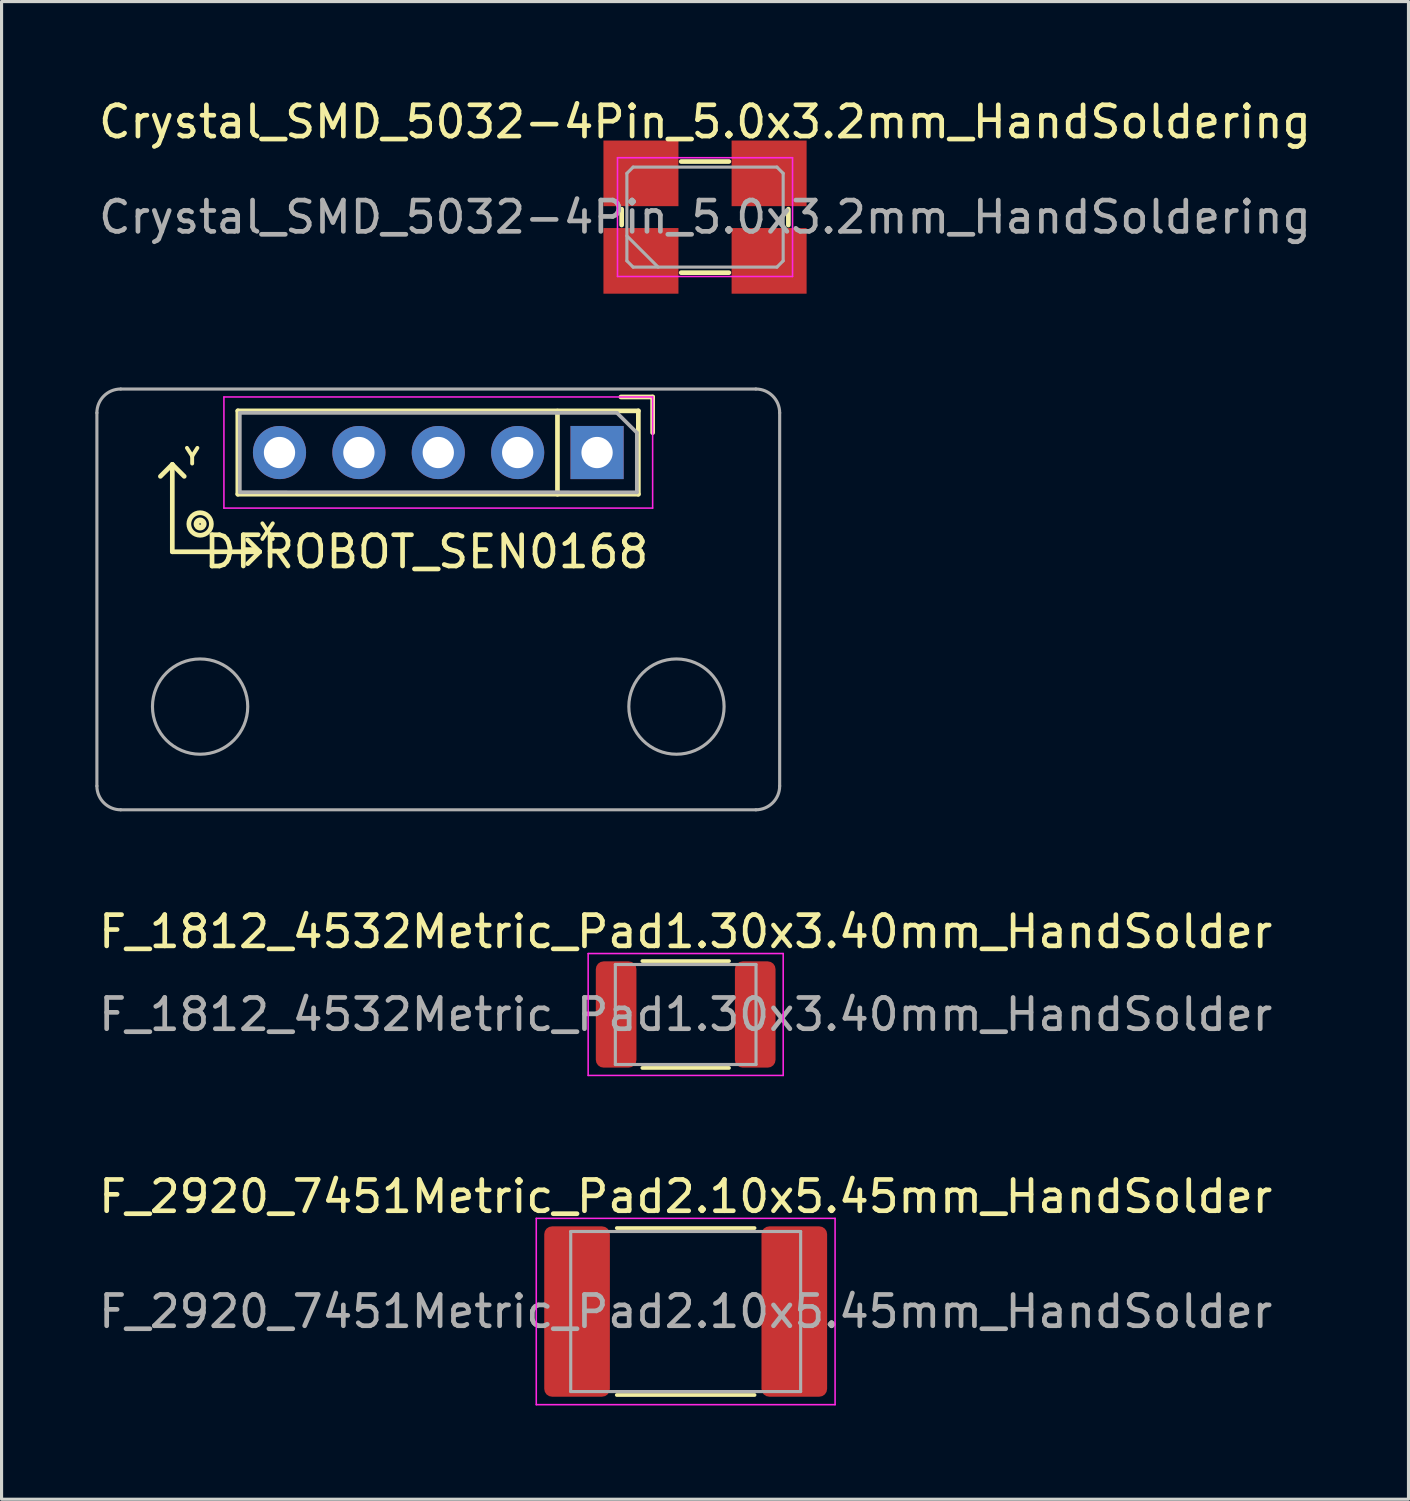
<source format=kicad_pcb>
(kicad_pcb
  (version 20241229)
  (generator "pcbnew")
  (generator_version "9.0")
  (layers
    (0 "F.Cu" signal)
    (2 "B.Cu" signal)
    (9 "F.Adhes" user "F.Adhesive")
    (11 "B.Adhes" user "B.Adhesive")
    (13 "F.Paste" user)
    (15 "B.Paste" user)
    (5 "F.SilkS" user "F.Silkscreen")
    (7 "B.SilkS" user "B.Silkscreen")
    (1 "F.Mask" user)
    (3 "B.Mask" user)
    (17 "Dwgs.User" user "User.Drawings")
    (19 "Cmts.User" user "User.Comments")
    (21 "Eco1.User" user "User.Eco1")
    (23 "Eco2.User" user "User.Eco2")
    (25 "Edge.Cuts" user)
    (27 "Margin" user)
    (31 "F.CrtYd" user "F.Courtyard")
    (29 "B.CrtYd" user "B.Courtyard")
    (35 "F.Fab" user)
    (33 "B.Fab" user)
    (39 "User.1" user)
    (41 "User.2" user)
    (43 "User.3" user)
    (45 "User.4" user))
  (footprint "F_2920_7451Metric_Pad2.10x5.45mm_HandSolder"
    (layer "F.Cu")
    (at 18.887 38.91)
    (property "Reference" "F_2920_7451Metric_Pad2.10x5.45mm_HandSolder" (at 0 -3.68 0) (layer "F.SilkS") (effects (font (size 1 1) (thickness 0.15))))
    (attr smd)
    (fp_line (start -2.204 -2.67) (end 2.204 -2.67) (stroke (width 0.12) (type solid)) (layer "F.SilkS"))
    (fp_line (start -2.204 2.67) (end 2.204 2.67) (stroke (width 0.12) (type solid)) (layer "F.SilkS"))
    (fp_line (start -4.78 -2.98) (end 4.78 -2.98) (stroke (width 0.05) (type solid)) (layer "F.CrtYd"))
    (fp_line (start -4.78 2.98) (end -4.78 -2.98) (stroke (width 0.05) (type solid)) (layer "F.CrtYd"))
    (fp_line (start 4.78 -2.98) (end 4.78 2.98) (stroke (width 0.05) (type solid)) (layer "F.CrtYd"))
    (fp_line (start 4.78 2.98) (end -4.78 2.98) (stroke (width 0.05) (type solid)) (layer "F.CrtYd"))
    (fp_line (start -3.678 -2.56) (end 3.678 -2.56) (stroke (width 0.1) (type solid)) (layer "F.Fab"))
    (fp_line (start -3.678 2.56) (end -3.678 -2.56) (stroke (width 0.1) (type solid)) (layer "F.Fab"))
    (fp_line (start 3.678 -2.56) (end 3.678 2.56) (stroke (width 0.1) (type solid)) (layer "F.Fab"))
    (fp_line (start 3.678 2.56) (end -3.678 2.56) (stroke (width 0.1) (type solid)) (layer "F.Fab"))
    (fp_text user "${REFERENCE}" (at 0 0 0) (layer "F.Fab") (effects (font (size 1 1) (thickness 0.15))))
    (pad "1" smd roundrect (at -3.475 0) (size 2.1 5.45) (layers "F.Cu" "F.Mask" "F.Paste") (roundrect_rratio 0.119))
    (pad "2" smd roundrect (at 3.475 0) (size 2.1 5.45) (layers "F.Cu" "F.Mask" "F.Paste") (roundrect_rratio 0.119)))
  (footprint "Crystal_SMD_5032-4Pin_5.0x3.2mm_HandSoldering"
    (layer "F.Cu")
    (at 19.506 3.896)
    (property "Reference" "Crystal_SMD_5032-4Pin_5.0x3.2mm_HandSoldering" (at 0 -3.048 0) (layer "F.SilkS") (effects (font (size 1 1) (thickness 0.15))))
    (attr smd)
    (fp_line (start -2.667 -0.254) (end -2.667 0.254) (stroke (width 0.15) (type solid)) (layer "F.SilkS"))
    (fp_line (start -0.762 -1.778) (end 0.762 -1.778) (stroke (width 0.15) (type solid)) (layer "F.SilkS"))
    (fp_line (start -0.762 1.778) (end 0.762 1.778) (stroke (width 0.15) (type solid)) (layer "F.SilkS"))
    (fp_line (start 2.667 -0.254) (end 2.667 0.254) (stroke (width 0.15) (type solid)) (layer "F.SilkS"))
    (fp_line (start -2.8 -1.9) (end -2.8 1.9) (stroke (width 0.05) (type solid)) (layer "F.CrtYd"))
    (fp_line (start -2.8 1.9) (end 2.8 1.9) (stroke (width 0.05) (type solid)) (layer "F.CrtYd"))
    (fp_line (start 2.8 -1.9) (end -2.8 -1.9) (stroke (width 0.05) (type solid)) (layer "F.CrtYd"))
    (fp_line (start 2.8 1.9) (end 2.8 -1.9) (stroke (width 0.05) (type solid)) (layer "F.CrtYd"))
    (fp_line (start -2.5 -1.4) (end -2.3 -1.6) (stroke (width 0.1) (type solid)) (layer "F.Fab"))
    (fp_line (start -2.5 0.6) (end -1.5 1.6) (stroke (width 0.1) (type solid)) (layer "F.Fab"))
    (fp_line (start -2.5 1.4) (end -2.5 -1.4) (stroke (width 0.1) (type solid)) (layer "F.Fab"))
    (fp_line (start -2.3 -1.6) (end 2.3 -1.6) (stroke (width 0.1) (type solid)) (layer "F.Fab"))
    (fp_line (start -2.3 1.6) (end -2.5 1.4) (stroke (width 0.1) (type solid)) (layer "F.Fab"))
    (fp_line (start 2.3 -1.6) (end 2.5 -1.4) (stroke (width 0.1) (type solid)) (layer "F.Fab"))
    (fp_line (start 2.3 1.6) (end -2.3 1.6) (stroke (width 0.1) (type solid)) (layer "F.Fab"))
    (fp_line (start 2.5 -1.4) (end 2.5 1.4) (stroke (width 0.1) (type solid)) (layer "F.Fab"))
    (fp_line (start 2.5 1.4) (end 2.3 1.6) (stroke (width 0.1) (type solid)) (layer "F.Fab"))
    (fp_text user "${REFERENCE}" (at 0 0 0) (layer "F.Fab") (effects (font (size 1 1) (thickness 0.15))))
    (pad "1" smd rect (at -2.05 1.4) (size 2.4 2.1) (layers "F.Cu" "F.Mask" "F.Paste"))
    (pad "2" smd rect (at 2.05 1.4) (size 2.4 2.1) (layers "F.Cu" "F.Mask" "F.Paste"))
    (pad "3" smd rect (at 2.05 -1.4) (size 2.4 2.1) (layers "F.Cu" "F.Mask" "F.Paste"))
    (pad "4" smd rect (at -2.05 -1.4) (size 2.4 2.1) (layers "F.Cu" "F.Mask" "F.Paste")))
  (footprint "F_1812_4532Metric_Pad1.30x3.40mm_HandSolder"
    (layer "F.Cu")
    (at 18.887 29.407)
    (property "Reference" "F_1812_4532Metric_Pad1.30x3.40mm_HandSolder" (at 0 -2.65 0) (layer "F.SilkS") (effects (font (size 1 1) (thickness 0.15))))
    (attr smd)
    (fp_line (start -1.386 -1.71) (end 1.386 -1.71) (stroke (width 0.12) (type solid)) (layer "F.SilkS"))
    (fp_line (start -1.386 1.71) (end 1.386 1.71) (stroke (width 0.12) (type solid)) (layer "F.SilkS"))
    (fp_line (start -3.12 -1.95) (end 3.12 -1.95) (stroke (width 0.05) (type solid)) (layer "F.CrtYd"))
    (fp_line (start -3.12 1.95) (end -3.12 -1.95) (stroke (width 0.05) (type solid)) (layer "F.CrtYd"))
    (fp_line (start 3.12 -1.95) (end 3.12 1.95) (stroke (width 0.05) (type solid)) (layer "F.CrtYd"))
    (fp_line (start 3.12 1.95) (end -3.12 1.95) (stroke (width 0.05) (type solid)) (layer "F.CrtYd"))
    (fp_line (start -2.25 -1.6) (end 2.25 -1.6) (stroke (width 0.1) (type solid)) (layer "F.Fab"))
    (fp_line (start -2.25 1.6) (end -2.25 -1.6) (stroke (width 0.1) (type solid)) (layer "F.Fab"))
    (fp_line (start 2.25 -1.6) (end 2.25 1.6) (stroke (width 0.1) (type solid)) (layer "F.Fab"))
    (fp_line (start 2.25 1.6) (end -2.25 1.6) (stroke (width 0.1) (type solid)) (layer "F.Fab"))
    (fp_text user "${REFERENCE}" (at 0 0 0) (layer "F.Fab") (effects (font (size 1 1) (thickness 0.15))))
    (pad "1" smd roundrect (at -2.225 0) (size 1.3 3.4) (layers "F.Cu" "F.Mask" "F.Paste") (roundrect_rratio 0.192))
    (pad "2" smd roundrect (at 2.225 0) (size 1.3 3.4) (layers "F.Cu" "F.Mask" "F.Paste") (roundrect_rratio 0.192)))
  (footprint "DFROBOT_SEN0168"
    (layer "F.Cu")
    (at 16.052 11.428)
    (property "Reference" "DFROBOT_SEN0168" (at -5.461 3.175 0) (layer "F.SilkS") (effects (font (size 1 1) (thickness 0.15))))
    (attr through_hole)
    (fp_line (start -13.589 0.381) (end -13.97 0.762) (stroke (width 0.15) (type solid)) (layer "F.SilkS"))
    (fp_line (start -13.589 0.381) (end -13.589 3.175) (stroke (width 0.15) (type solid)) (layer "F.SilkS"))
    (fp_line (start -13.589 0.381) (end -13.208 0.762) (stroke (width 0.15) (type solid)) (layer "F.SilkS"))
    (fp_line (start -11.493 -1.333) (end 1.321 -1.333) (stroke (width 0.15) (type solid)) (layer "F.SilkS"))
    (fp_line (start -11.493 1.333) (end -11.493 -1.333) (stroke (width 0.15) (type solid)) (layer "F.SilkS"))
    (fp_line (start -10.795 3.175) (end -13.589 3.175) (stroke (width 0.15) (type solid)) (layer "F.SilkS"))
    (fp_line (start -10.795 3.175) (end -11.176 2.794) (stroke (width 0.15) (type solid)) (layer "F.SilkS"))
    (fp_line (start -10.795 3.175) (end -11.176 3.556) (stroke (width 0.15) (type solid)) (layer "F.SilkS"))
    (fp_line (start -1.267 -1.327) (end -1.267 1.333) (stroke (width 0.15) (type solid)) (layer "F.SilkS"))
    (fp_line (start 0.762 -1.778) (end 1.778 -1.778) (stroke (width 0.15) (type solid)) (layer "F.SilkS"))
    (fp_line (start 1.321 -1.333) (end 1.321 1.333) (stroke (width 0.15) (type solid)) (layer "F.SilkS"))
    (fp_line (start 1.321 1.333) (end -11.493 1.333) (stroke (width 0.15) (type solid)) (layer "F.SilkS"))
    (fp_line (start 1.778 -1.778) (end 1.778 -0.635) (stroke (width 0.15) (type solid)) (layer "F.SilkS"))
    (fp_circle (center -12.7 2.286) (end -12.675 2.286) (stroke (width 0.15) (type solid)) (fill no) (layer "F.SilkS"))
    (fp_circle (center -12.7 2.286) (end -12.649 2.261) (stroke (width 0.15) (type solid)) (fill no) (layer "F.SilkS"))
    (fp_circle (center -12.7 2.286) (end -12.421 2.515) (stroke (width 0.15) (type solid)) (fill no) (layer "F.SilkS"))
    (fp_line (start -11.938 1.778) (end -11.938 -1.778) (stroke (width 0.05) (type solid)) (layer "F.CrtYd"))
    (fp_line (start 1.778 -1.778) (end -11.938 -1.778) (stroke (width 0.05) (type solid)) (layer "F.CrtYd"))
    (fp_line (start 1.778 1.778) (end -11.938 1.778) (stroke (width 0.05) (type solid)) (layer "F.CrtYd"))
    (fp_line (start 1.778 1.778) (end 1.778 -1.778) (stroke (width 0.05) (type solid)) (layer "F.CrtYd"))
    (fp_line (start -16.002 10.668) (end -16.002 -1.27) (stroke (width 0.1) (type solid)) (layer "F.Fab"))
    (fp_line (start -15.24 -2.032) (end 5.08 -2.032) (stroke (width 0.1) (type solid)) (layer "F.Fab"))
    (fp_line (start -11.43 -1.27) (end -11.43 1.27) (stroke (width 0.12) (type solid)) (layer "F.Fab"))
    (fp_line (start -11.43 -1.27) (end 0.635 -1.27) (stroke (width 0.12) (type solid)) (layer "F.Fab"))
    (fp_line (start -11.43 1.27) (end 1.273 1.273) (stroke (width 0.12) (type solid)) (layer "F.Fab"))
    (fp_line (start 0.635 -1.27) (end 1.273 -0.635) (stroke (width 0.12) (type solid)) (layer "F.Fab"))
    (fp_line (start 1.273 1.273) (end 1.273 -0.635) (stroke (width 0.12) (type solid)) (layer "F.Fab"))
    (fp_line (start 5.08 11.43) (end -15.24 11.43) (stroke (width 0.1) (type solid)) (layer "F.Fab"))
    (fp_line (start 5.842 10.668) (end 5.842 -1.27) (stroke (width 0.1) (type solid)) (layer "F.Fab"))
    (fp_arc (start -16.002 -1.27) (mid -15.778815 -1.808815) (end -15.24 -2.032) (stroke (width 0.1) (type solid)) (layer "F.Fab"))
    (fp_arc (start -15.24 11.43) (mid -15.778815 11.206815) (end -16.002 10.668) (stroke (width 0.1) (type solid)) (layer "F.Fab"))
    (fp_arc (start 5.08 -2.032) (mid 5.618815 -1.808815) (end 5.842 -1.27) (stroke (width 0.1) (type solid)) (layer "F.Fab"))
    (fp_arc (start 5.841928 10.668) (mid 5.618764 11.206764) (end 5.08 11.429928) (stroke (width 0.1) (type solid)) (layer "F.Fab"))
    (fp_circle (center -12.7 8.128) (end -11.176 8.128) (stroke (width 0.1) (type solid)) (fill no) (layer "F.Fab"))
    (fp_circle (center 2.54 8.128) (end 4.064 8.128) (stroke (width 0.1) (type solid)) (fill no) (layer "F.Fab"))
    (fp_text user "Y" (at -12.954 0.127 0) (layer "F.SilkS") (effects (font (size 0.5 0.5) (thickness 0.125))))
    (fp_text user "X" (at -10.541 2.54 0) (layer "F.SilkS") (effects (font (size 0.5 0.5) (thickness 0.125))))
    (pad "1" thru_hole rect (at 0 0 180) (size 1.7 1.7) (drill 1) (layers "*.Cu" "*.Mask"))
    (pad "2" thru_hole circle (at -2.54 0 180) (size 1.7 1.7) (drill 1) (layers "*.Cu" "*.Mask"))
    (pad "3" thru_hole circle (at -5.08 0 180) (size 1.7 1.7) (drill 1) (layers "*.Cu" "*.Mask"))
    (pad "4" thru_hole circle (at -7.62 0 180) (size 1.7 1.7) (drill 1) (layers "*.Cu" "*.Mask"))
    (pad "5" thru_hole circle (at -10.16 0 180) (size 1.7 1.7) (drill 1) (layers "*.Cu" "*.Mask")))
  (gr_rect
    (start -3 -3)
    (end 42.012 44.915)
    (stroke (width 0.1) (type default))
    (fill no)
    (layer "Edge.Cuts")))
</source>
